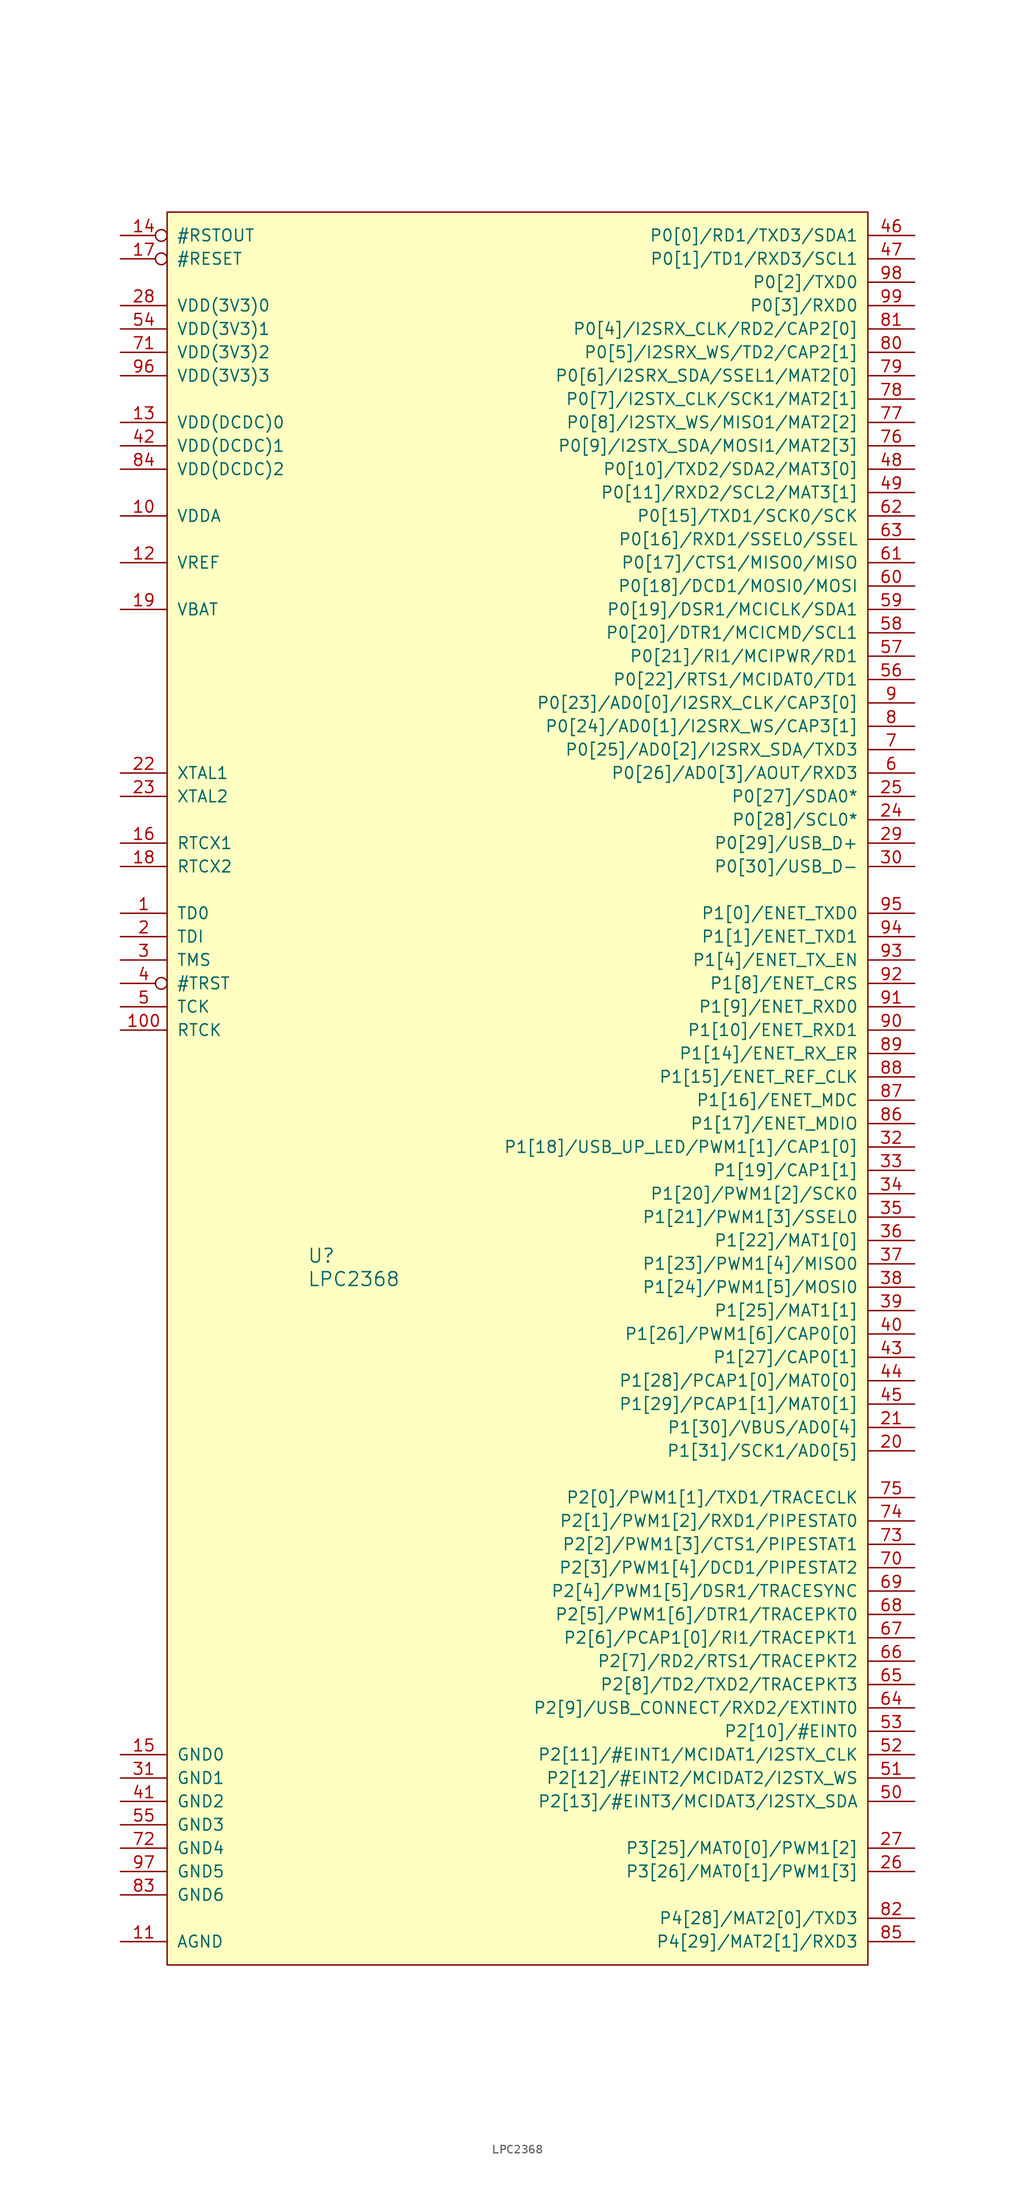
<source format=kicad_sym>
(kicad_symbol_lib
  (version 20211014)
  (generator kicad_symbol_editor)
  (symbol "LPC2368"
    (pin_names
      (offset 1.016))
    (property "Reference" "U"
      (at -60.96 -111.76 0)
      (effects (font (size 1.499 1.499)) (justify left bottom)))
    (property "Value" "LPC2368"
      (at -60.96 -114.3 0)
      (effects (font (size 1.499 1.499)) (justify left bottom)))
    (property "ki_locked" ""
      (at 0 0 0)
      (effects (font (size 1.27 1.27))))
    (symbol "LPC2368_1_0"
      (rectangle (start -76.2 2.54) (end 0 -187.96) (stroke (width 0) (type default) (color 0 0 0 0)) (fill (type background)))
      (pin unspecified line (at -81.28 -73.66 0) (length 5.08) (name "TD0" (effects (font (size 1.27 1.27)))) (number "1" (effects (font (size 1.27 1.27)))))
      (pin unspecified line (at -81.28 -30.48 0) (length 5.08) (name "VDDA" (effects (font (size 1.27 1.27)))) (number "10" (effects (font (size 1.27 1.27)))))
      (pin unspecified line (at -81.28 -86.36 0) (length 5.08) (name "RTCK" (effects (font (size 1.27 1.27)))) (number "100" (effects (font (size 1.27 1.27)))))
      (pin unspecified line (at -81.28 -185.42 0) (length 5.08) (name "AGND" (effects (font (size 1.27 1.27)))) (number "11" (effects (font (size 1.27 1.27)))))
      (pin unspecified line (at -81.28 -35.56 0) (length 5.08) (name "VREF" (effects (font (size 1.27 1.27)))) (number "12" (effects (font (size 1.27 1.27)))))
      (pin unspecified line (at -81.28 -20.32 0) (length 5.08) (name "VDD(DCDC)0" (effects (font (size 1.27 1.27)))) (number "13" (effects (font (size 1.27 1.27)))))
      (pin output inverted (at -81.28 0 0) (length 5.08) (name "#RSTOUT" (effects (font (size 1.27 1.27)))) (number "14" (effects (font (size 1.27 1.27)))))
      (pin unspecified line (at -81.28 -165.1 0) (length 5.08) (name "GND0" (effects (font (size 1.27 1.27)))) (number "15" (effects (font (size 1.27 1.27)))))
      (pin unspecified line (at -81.28 -66.04 0) (length 5.08) (name "RTCX1" (effects (font (size 1.27 1.27)))) (number "16" (effects (font (size 1.27 1.27)))))
      (pin input inverted (at -81.28 -2.54 0) (length 5.08) (name "#RESET" (effects (font (size 1.27 1.27)))) (number "17" (effects (font (size 1.27 1.27)))))
      (pin unspecified line (at -81.28 -68.58 0) (length 5.08) (name "RTCX2" (effects (font (size 1.27 1.27)))) (number "18" (effects (font (size 1.27 1.27)))))
      (pin unspecified line (at -81.28 -40.64 0) (length 5.08) (name "VBAT" (effects (font (size 1.27 1.27)))) (number "19" (effects (font (size 1.27 1.27)))))
      (pin unspecified line (at -81.28 -76.2 0) (length 5.08) (name "TDI" (effects (font (size 1.27 1.27)))) (number "2" (effects (font (size 1.27 1.27)))))
      (pin bidirectional line (at 5.08 -132.08 180) (length 5.08) (name "P1[31]/SCK1/AD0[5]" (effects (font (size 1.27 1.27)))) (number "20" (effects (font (size 1.27 1.27)))))
      (pin bidirectional line (at 5.08 -129.54 180) (length 5.08) (name "P1[30]/VBUS/AD0[4]" (effects (font (size 1.27 1.27)))) (number "21" (effects (font (size 1.27 1.27)))))
      (pin unspecified line (at -81.28 -58.42 0) (length 5.08) (name "XTAL1" (effects (font (size 1.27 1.27)))) (number "22" (effects (font (size 1.27 1.27)))))
      (pin unspecified line (at -81.28 -60.96 0) (length 5.08) (name "XTAL2" (effects (font (size 1.27 1.27)))) (number "23" (effects (font (size 1.27 1.27)))))
      (pin bidirectional line (at 5.08 -63.5 180) (length 5.08) (name "P0[28]/SCL0*" (effects (font (size 1.27 1.27)))) (number "24" (effects (font (size 1.27 1.27)))))
      (pin bidirectional line (at 5.08 -60.96 180) (length 5.08) (name "P0[27]/SDA0*" (effects (font (size 1.27 1.27)))) (number "25" (effects (font (size 1.27 1.27)))))
      (pin bidirectional line (at 5.08 -177.8 180) (length 5.08) (name "P3[26]/MAT0[1]/PWM1[3]" (effects (font (size 1.27 1.27)))) (number "26" (effects (font (size 1.27 1.27)))))
      (pin bidirectional line (at 5.08 -175.26 180) (length 5.08) (name "P3[25]/MAT0[0]/PWM1[2]" (effects (font (size 1.27 1.27)))) (number "27" (effects (font (size 1.27 1.27)))))
      (pin unspecified line (at -81.28 -7.62 0) (length 5.08) (name "VDD(3V3)0" (effects (font (size 1.27 1.27)))) (number "28" (effects (font (size 1.27 1.27)))))
      (pin bidirectional line (at 5.08 -66.04 180) (length 5.08) (name "P0[29]/USB_D+" (effects (font (size 1.27 1.27)))) (number "29" (effects (font (size 1.27 1.27)))))
      (pin unspecified line (at -81.28 -78.74 0) (length 5.08) (name "TMS" (effects (font (size 1.27 1.27)))) (number "3" (effects (font (size 1.27 1.27)))))
      (pin bidirectional line (at 5.08 -68.58 180) (length 5.08) (name "P0[30]/USB_D-" (effects (font (size 1.27 1.27)))) (number "30" (effects (font (size 1.27 1.27)))))
      (pin unspecified line (at -81.28 -167.64 0) (length 5.08) (name "GND1" (effects (font (size 1.27 1.27)))) (number "31" (effects (font (size 1.27 1.27)))))
      (pin bidirectional line (at 5.08 -99.06 180) (length 5.08) (name "P1[18]/USB_UP_LED/PWM1[1]/CAP1[0]" (effects (font (size 1.27 1.27)))) (number "32" (effects (font (size 1.27 1.27)))))
      (pin bidirectional line (at 5.08 -101.6 180) (length 5.08) (name "P1[19]/CAP1[1]" (effects (font (size 1.27 1.27)))) (number "33" (effects (font (size 1.27 1.27)))))
      (pin bidirectional line (at 5.08 -104.14 180) (length 5.08) (name "P1[20]/PWM1[2]/SCK0" (effects (font (size 1.27 1.27)))) (number "34" (effects (font (size 1.27 1.27)))))
      (pin bidirectional line (at 5.08 -106.68 180) (length 5.08) (name "P1[21]/PWM1[3]/SSEL0" (effects (font (size 1.27 1.27)))) (number "35" (effects (font (size 1.27 1.27)))))
      (pin bidirectional line (at 5.08 -109.22 180) (length 5.08) (name "P1[22]/MAT1[0]" (effects (font (size 1.27 1.27)))) (number "36" (effects (font (size 1.27 1.27)))))
      (pin bidirectional line (at 5.08 -111.76 180) (length 5.08) (name "P1[23]/PWM1[4]/MISO0" (effects (font (size 1.27 1.27)))) (number "37" (effects (font (size 1.27 1.27)))))
      (pin bidirectional line (at 5.08 -114.3 180) (length 5.08) (name "P1[24]/PWM1[5]/MOSI0" (effects (font (size 1.27 1.27)))) (number "38" (effects (font (size 1.27 1.27)))))
      (pin bidirectional line (at 5.08 -116.84 180) (length 5.08) (name "P1[25]/MAT1[1]" (effects (font (size 1.27 1.27)))) (number "39" (effects (font (size 1.27 1.27)))))
      (pin unspecified inverted (at -81.28 -81.28 0) (length 5.08) (name "#TRST" (effects (font (size 1.27 1.27)))) (number "4" (effects (font (size 1.27 1.27)))))
      (pin bidirectional line (at 5.08 -119.38 180) (length 5.08) (name "P1[26]/PWM1[6]/CAP0[0]" (effects (font (size 1.27 1.27)))) (number "40" (effects (font (size 1.27 1.27)))))
      (pin unspecified line (at -81.28 -170.18 0) (length 5.08) (name "GND2" (effects (font (size 1.27 1.27)))) (number "41" (effects (font (size 1.27 1.27)))))
      (pin unspecified line (at -81.28 -22.86 0) (length 5.08) (name "VDD(DCDC)1" (effects (font (size 1.27 1.27)))) (number "42" (effects (font (size 1.27 1.27)))))
      (pin bidirectional line (at 5.08 -121.92 180) (length 5.08) (name "P1[27]/CAP0[1]" (effects (font (size 1.27 1.27)))) (number "43" (effects (font (size 1.27 1.27)))))
      (pin bidirectional line (at 5.08 -124.46 180) (length 5.08) (name "P1[28]/PCAP1[0]/MAT0[0]" (effects (font (size 1.27 1.27)))) (number "44" (effects (font (size 1.27 1.27)))))
      (pin bidirectional line (at 5.08 -127 180) (length 5.08) (name "P1[29]/PCAP1[1]/MAT0[1]" (effects (font (size 1.27 1.27)))) (number "45" (effects (font (size 1.27 1.27)))))
      (pin bidirectional line (at 5.08 0 180) (length 5.08) (name "P0[0]/RD1/TXD3/SDA1" (effects (font (size 1.27 1.27)))) (number "46" (effects (font (size 1.27 1.27)))))
      (pin bidirectional line (at 5.08 -2.54 180) (length 5.08) (name "P0[1]/TD1/RXD3/SCL1" (effects (font (size 1.27 1.27)))) (number "47" (effects (font (size 1.27 1.27)))))
      (pin bidirectional line (at 5.08 -25.4 180) (length 5.08) (name "P0[10]/TXD2/SDA2/MAT3[0]" (effects (font (size 1.27 1.27)))) (number "48" (effects (font (size 1.27 1.27)))))
      (pin bidirectional line (at 5.08 -27.94 180) (length 5.08) (name "P0[11]/RXD2/SCL2/MAT3[1]" (effects (font (size 1.27 1.27)))) (number "49" (effects (font (size 1.27 1.27)))))
      (pin unspecified line (at -81.28 -83.82 0) (length 5.08) (name "TCK" (effects (font (size 1.27 1.27)))) (number "5" (effects (font (size 1.27 1.27)))))
      (pin bidirectional line (at 5.08 -170.18 180) (length 5.08) (name "P2[13]/#EINT3/MCIDAT3/I2STX_SDA" (effects (font (size 1.27 1.27)))) (number "50" (effects (font (size 1.27 1.27)))))
      (pin bidirectional line (at 5.08 -167.64 180) (length 5.08) (name "P2[12]/#EINT2/MCIDAT2/I2STX_WS" (effects (font (size 1.27 1.27)))) (number "51" (effects (font (size 1.27 1.27)))))
      (pin bidirectional line (at 5.08 -165.1 180) (length 5.08) (name "P2[11]/#EINT1/MCIDAT1/I2STX_CLK" (effects (font (size 1.27 1.27)))) (number "52" (effects (font (size 1.27 1.27)))))
      (pin bidirectional line (at 5.08 -162.56 180) (length 5.08) (name "P2[10]/#EINT0" (effects (font (size 1.27 1.27)))) (number "53" (effects (font (size 1.27 1.27)))))
      (pin unspecified line (at -81.28 -10.16 0) (length 5.08) (name "VDD(3V3)1" (effects (font (size 1.27 1.27)))) (number "54" (effects (font (size 1.27 1.27)))))
      (pin unspecified line (at -81.28 -172.72 0) (length 5.08) (name "GND3" (effects (font (size 1.27 1.27)))) (number "55" (effects (font (size 1.27 1.27)))))
      (pin bidirectional line (at 5.08 -48.26 180) (length 5.08) (name "P0[22]/RTS1/MCIDAT0/TD1" (effects (font (size 1.27 1.27)))) (number "56" (effects (font (size 1.27 1.27)))))
      (pin bidirectional line (at 5.08 -45.72 180) (length 5.08) (name "P0[21]/RI1/MCIPWR/RD1" (effects (font (size 1.27 1.27)))) (number "57" (effects (font (size 1.27 1.27)))))
      (pin bidirectional line (at 5.08 -43.18 180) (length 5.08) (name "P0[20]/DTR1/MCICMD/SCL1" (effects (font (size 1.27 1.27)))) (number "58" (effects (font (size 1.27 1.27)))))
      (pin bidirectional line (at 5.08 -40.64 180) (length 5.08) (name "P0[19]/DSR1/MCICLK/SDA1" (effects (font (size 1.27 1.27)))) (number "59" (effects (font (size 1.27 1.27)))))
      (pin bidirectional line (at 5.08 -58.42 180) (length 5.08) (name "P0[26]/AD0[3]/AOUT/RXD3" (effects (font (size 1.27 1.27)))) (number "6" (effects (font (size 1.27 1.27)))))
      (pin bidirectional line (at 5.08 -38.1 180) (length 5.08) (name "P0[18]/DCD1/MOSI0/MOSI" (effects (font (size 1.27 1.27)))) (number "60" (effects (font (size 1.27 1.27)))))
      (pin bidirectional line (at 5.08 -35.56 180) (length 5.08) (name "P0[17]/CTS1/MISO0/MISO" (effects (font (size 1.27 1.27)))) (number "61" (effects (font (size 1.27 1.27)))))
      (pin bidirectional line (at 5.08 -30.48 180) (length 5.08) (name "P0[15]/TXD1/SCK0/SCK" (effects (font (size 1.27 1.27)))) (number "62" (effects (font (size 1.27 1.27)))))
      (pin bidirectional line (at 5.08 -33.02 180) (length 5.08) (name "P0[16]/RXD1/SSEL0/SSEL" (effects (font (size 1.27 1.27)))) (number "63" (effects (font (size 1.27 1.27)))))
      (pin bidirectional line (at 5.08 -160.02 180) (length 5.08) (name "P2[9]/USB_CONNECT/RXD2/EXTINT0" (effects (font (size 1.27 1.27)))) (number "64" (effects (font (size 1.27 1.27)))))
      (pin bidirectional line (at 5.08 -157.48 180) (length 5.08) (name "P2[8]/TD2/TXD2/TRACEPKT3" (effects (font (size 1.27 1.27)))) (number "65" (effects (font (size 1.27 1.27)))))
      (pin bidirectional line (at 5.08 -154.94 180) (length 5.08) (name "P2[7]/RD2/RTS1/TRACEPKT2" (effects (font (size 1.27 1.27)))) (number "66" (effects (font (size 1.27 1.27)))))
      (pin bidirectional line (at 5.08 -152.4 180) (length 5.08) (name "P2[6]/PCAP1[0]/RI1/TRACEPKT1" (effects (font (size 1.27 1.27)))) (number "67" (effects (font (size 1.27 1.27)))))
      (pin bidirectional line (at 5.08 -149.86 180) (length 5.08) (name "P2[5]/PWM1[6]/DTR1/TRACEPKT0" (effects (font (size 1.27 1.27)))) (number "68" (effects (font (size 1.27 1.27)))))
      (pin bidirectional line (at 5.08 -147.32 180) (length 5.08) (name "P2[4]/PWM1[5]/DSR1/TRACESYNC" (effects (font (size 1.27 1.27)))) (number "69" (effects (font (size 1.27 1.27)))))
      (pin bidirectional line (at 5.08 -55.88 180) (length 5.08) (name "P0[25]/AD0[2]/I2SRX_SDA/TXD3" (effects (font (size 1.27 1.27)))) (number "7" (effects (font (size 1.27 1.27)))))
      (pin bidirectional line (at 5.08 -144.78 180) (length 5.08) (name "P2[3]/PWM1[4]/DCD1/PIPESTAT2" (effects (font (size 1.27 1.27)))) (number "70" (effects (font (size 1.27 1.27)))))
      (pin unspecified line (at -81.28 -12.7 0) (length 5.08) (name "VDD(3V3)2" (effects (font (size 1.27 1.27)))) (number "71" (effects (font (size 1.27 1.27)))))
      (pin unspecified line (at -81.28 -175.26 0) (length 5.08) (name "GND4" (effects (font (size 1.27 1.27)))) (number "72" (effects (font (size 1.27 1.27)))))
      (pin bidirectional line (at 5.08 -142.24 180) (length 5.08) (name "P2[2]/PWM1[3]/CTS1/PIPESTAT1" (effects (font (size 1.27 1.27)))) (number "73" (effects (font (size 1.27 1.27)))))
      (pin bidirectional line (at 5.08 -139.7 180) (length 5.08) (name "P2[1]/PWM1[2]/RXD1/PIPESTAT0" (effects (font (size 1.27 1.27)))) (number "74" (effects (font (size 1.27 1.27)))))
      (pin bidirectional line (at 5.08 -137.16 180) (length 5.08) (name "P2[0]/PWM1[1]/TXD1/TRACECLK" (effects (font (size 1.27 1.27)))) (number "75" (effects (font (size 1.27 1.27)))))
      (pin bidirectional line (at 5.08 -22.86 180) (length 5.08) (name "P0[9]/I2STX_SDA/MOSI1/MAT2[3]" (effects (font (size 1.27 1.27)))) (number "76" (effects (font (size 1.27 1.27)))))
      (pin bidirectional line (at 5.08 -20.32 180) (length 5.08) (name "P0[8]/I2STX_WS/MISO1/MAT2[2]" (effects (font (size 1.27 1.27)))) (number "77" (effects (font (size 1.27 1.27)))))
      (pin bidirectional line (at 5.08 -17.78 180) (length 5.08) (name "P0[7]/I2STX_CLK/SCK1/MAT2[1]" (effects (font (size 1.27 1.27)))) (number "78" (effects (font (size 1.27 1.27)))))
      (pin bidirectional line (at 5.08 -15.24 180) (length 5.08) (name "P0[6]/I2SRX_SDA/SSEL1/MAT2[0]" (effects (font (size 1.27 1.27)))) (number "79" (effects (font (size 1.27 1.27)))))
      (pin bidirectional line (at 5.08 -53.34 180) (length 5.08) (name "P0[24]/AD0[1]/I2SRX_WS/CAP3[1]" (effects (font (size 1.27 1.27)))) (number "8" (effects (font (size 1.27 1.27)))))
      (pin bidirectional line (at 5.08 -12.7 180) (length 5.08) (name "P0[5]/I2SRX_WS/TD2/CAP2[1]" (effects (font (size 1.27 1.27)))) (number "80" (effects (font (size 1.27 1.27)))))
      (pin bidirectional line (at 5.08 -10.16 180) (length 5.08) (name "P0[4]/I2SRX_CLK/RD2/CAP2[0]" (effects (font (size 1.27 1.27)))) (number "81" (effects (font (size 1.27 1.27)))))
      (pin bidirectional line (at 5.08 -182.88 180) (length 5.08) (name "P4[28]/MAT2[0]/TXD3" (effects (font (size 1.27 1.27)))) (number "82" (effects (font (size 1.27 1.27)))))
      (pin unspecified line (at -81.28 -180.34 0) (length 5.08) (name "GND6" (effects (font (size 1.27 1.27)))) (number "83" (effects (font (size 1.27 1.27)))))
      (pin unspecified line (at -81.28 -25.4 0) (length 5.08) (name "VDD(DCDC)2" (effects (font (size 1.27 1.27)))) (number "84" (effects (font (size 1.27 1.27)))))
      (pin bidirectional line (at 5.08 -185.42 180) (length 5.08) (name "P4[29]/MAT2[1]/RXD3" (effects (font (size 1.27 1.27)))) (number "85" (effects (font (size 1.27 1.27)))))
      (pin bidirectional line (at 5.08 -96.52 180) (length 5.08) (name "P1[17]/ENET_MDIO" (effects (font (size 1.27 1.27)))) (number "86" (effects (font (size 1.27 1.27)))))
      (pin bidirectional line (at 5.08 -93.98 180) (length 5.08) (name "P1[16]/ENET_MDC" (effects (font (size 1.27 1.27)))) (number "87" (effects (font (size 1.27 1.27)))))
      (pin bidirectional line (at 5.08 -91.44 180) (length 5.08) (name "P1[15]/ENET_REF_CLK" (effects (font (size 1.27 1.27)))) (number "88" (effects (font (size 1.27 1.27)))))
      (pin bidirectional line (at 5.08 -88.9 180) (length 5.08) (name "P1[14]/ENET_RX_ER" (effects (font (size 1.27 1.27)))) (number "89" (effects (font (size 1.27 1.27)))))
      (pin bidirectional line (at 5.08 -50.8 180) (length 5.08) (name "P0[23]/AD0[0]/I2SRX_CLK/CAP3[0]" (effects (font (size 1.27 1.27)))) (number "9" (effects (font (size 1.27 1.27)))))
      (pin bidirectional line (at 5.08 -86.36 180) (length 5.08) (name "P1[10]/ENET_RXD1" (effects (font (size 1.27 1.27)))) (number "90" (effects (font (size 1.27 1.27)))))
      (pin bidirectional line (at 5.08 -83.82 180) (length 5.08) (name "P1[9]/ENET_RXD0" (effects (font (size 1.27 1.27)))) (number "91" (effects (font (size 1.27 1.27)))))
      (pin bidirectional line (at 5.08 -81.28 180) (length 5.08) (name "P1[8]/ENET_CRS" (effects (font (size 1.27 1.27)))) (number "92" (effects (font (size 1.27 1.27)))))
      (pin bidirectional line (at 5.08 -78.74 180) (length 5.08) (name "P1[4]/ENET_TX_EN" (effects (font (size 1.27 1.27)))) (number "93" (effects (font (size 1.27 1.27)))))
      (pin bidirectional line (at 5.08 -76.2 180) (length 5.08) (name "P1[1]/ENET_TXD1" (effects (font (size 1.27 1.27)))) (number "94" (effects (font (size 1.27 1.27)))))
      (pin bidirectional line (at 5.08 -73.66 180) (length 5.08) (name "P1[0]/ENET_TXD0" (effects (font (size 1.27 1.27)))) (number "95" (effects (font (size 1.27 1.27)))))
      (pin unspecified line (at -81.28 -15.24 0) (length 5.08) (name "VDD(3V3)3" (effects (font (size 1.27 1.27)))) (number "96" (effects (font (size 1.27 1.27)))))
      (pin unspecified line (at -81.28 -177.8 0) (length 5.08) (name "GND5" (effects (font (size 1.27 1.27)))) (number "97" (effects (font (size 1.27 1.27)))))
      (pin bidirectional line (at 5.08 -5.08 180) (length 5.08) (name "P0[2]/TXD0" (effects (font (size 1.27 1.27)))) (number "98" (effects (font (size 1.27 1.27)))))
      (pin bidirectional line (at 5.08 -7.62 180) (length 5.08) (name "P0[3]/RXD0" (effects (font (size 1.27 1.27)))) (number "99" (effects (font (size 1.27 1.27))))))))
</source>
